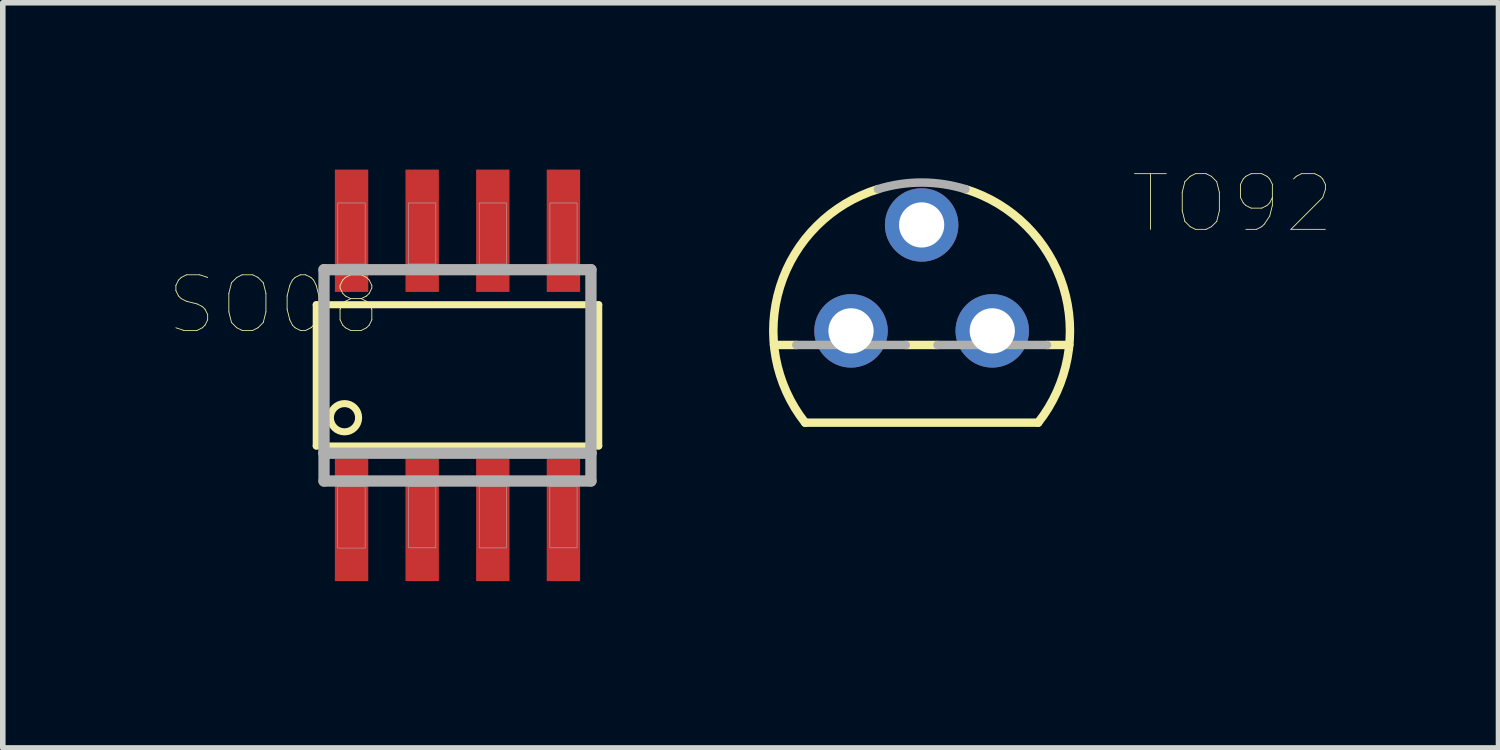
<source format=kicad_pcb>
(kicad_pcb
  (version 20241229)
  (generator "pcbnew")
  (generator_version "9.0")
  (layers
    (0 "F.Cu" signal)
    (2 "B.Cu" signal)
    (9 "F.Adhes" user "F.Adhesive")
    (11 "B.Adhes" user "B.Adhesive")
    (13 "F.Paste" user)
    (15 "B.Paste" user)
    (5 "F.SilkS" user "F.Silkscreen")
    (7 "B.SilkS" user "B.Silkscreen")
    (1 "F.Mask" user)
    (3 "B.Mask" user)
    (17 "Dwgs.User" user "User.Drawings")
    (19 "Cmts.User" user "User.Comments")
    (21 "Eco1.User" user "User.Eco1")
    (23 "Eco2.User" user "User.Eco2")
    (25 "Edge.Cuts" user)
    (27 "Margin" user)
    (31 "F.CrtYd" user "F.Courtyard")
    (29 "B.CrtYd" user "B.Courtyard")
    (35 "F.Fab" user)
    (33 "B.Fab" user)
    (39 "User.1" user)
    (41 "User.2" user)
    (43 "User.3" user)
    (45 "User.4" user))
  (footprint "TO92"
    (layer "F.Cu")
    (at 13.524 2.9)
    (property "Reference" "TO92" (at 5.592 -2.288 0) (layer "F.SilkS") (effects (font (size 1.001 1.001) (thickness 0.015))))
    (attr through_hole)
    (fp_line (start -2.655 0.254) (end -2.254 0.254) (stroke (width 0.152) (type solid)) (layer "F.SilkS"))
    (fp_line (start -2.095 1.651) (end 2.095 1.651) (stroke (width 0.152) (type solid)) (layer "F.SilkS"))
    (fp_line (start -0.286 0.254) (end 0.286 0.254) (stroke (width 0.152) (type solid)) (layer "F.SilkS"))
    (fp_line (start 2.254 0.254) (end 2.655 0.254) (stroke (width 0.152) (type solid)) (layer "F.SilkS"))
    (fp_arc (start -2.095001 1.650999) (mid -2.546802 -0.79317) (end -0.7869 -2.5484) (stroke (width 0.1524) (type solid)) (layer "F.SilkS"))
    (fp_arc (start 0.786901 -2.5484) (mid 2.546803 -0.793169) (end 2.095 1.651) (stroke (width 0.1524) (type solid)) (layer "F.SilkS"))
    (fp_line (start -2.254 0.254) (end -0.286 0.254) (stroke (width 0.152) (type solid)) (layer "F.Fab"))
    (fp_line (start 0.286 0.254) (end 2.254 0.254) (stroke (width 0.152) (type solid)) (layer "F.Fab"))
    (fp_arc (start -0.7864 -2.5484) (mid 0 -2.666977) (end 0.7864 -2.5484) (stroke (width 0.1524) (type solid)) (layer "F.Fab"))
    (pad "1" thru_hole circle (at -1.27 0) (size 1.321 1.321) (drill 0.813) (layers "*.Cu" "*.Mask"))
    (pad "2" thru_hole circle (at 0 -1.905) (size 1.321 1.321) (drill 0.813) (layers "*.Cu" "*.Mask"))
    (pad "3" thru_hole circle (at 1.27 0) (size 1.321 1.321) (drill 0.813) (layers "*.Cu" "*.Mask")))
  (footprint "SO08"
    (layer "F.Cu")
    (at 5.177 3.7)
    (property "Reference" "SO08" (at -3.302 -1.27 180) (layer "F.SilkS") (effects (font (size 1 1) (thickness 0.015))))
    (attr through_hole)
    (fp_line (start -2.54 -1.27) (end 2.54 -1.27) (stroke (width 0.127) (type solid)) (layer "F.SilkS"))
    (fp_line (start -2.54 1.27) (end -2.54 -1.27) (stroke (width 0.127) (type solid)) (layer "F.SilkS"))
    (fp_line (start 2.54 -1.27) (end 2.54 1.27) (stroke (width 0.127) (type solid)) (layer "F.SilkS"))
    (fp_line (start 2.54 1.27) (end -2.54 1.27) (stroke (width 0.127) (type solid)) (layer "F.SilkS"))
    (fp_circle (center -2.032 0.762) (end -1.778 0.762) (stroke (width 0.127) (type solid)) (fill no) (layer "F.SilkS"))
    (fp_line (start -2.4 -1.9) (end 2.4 -1.9) (stroke (width 0.203) (type solid)) (layer "F.Fab"))
    (fp_line (start -2.4 1.4) (end -2.4 -1.9) (stroke (width 0.203) (type solid)) (layer "F.Fab"))
    (fp_line (start -2.4 1.9) (end -2.4 1.4) (stroke (width 0.203) (type solid)) (layer "F.Fab"))
    (fp_line (start 2.4 -1.9) (end 2.4 1.4) (stroke (width 0.203) (type solid)) (layer "F.Fab"))
    (fp_line (start 2.4 1.4) (end -2.4 1.4) (stroke (width 0.203) (type solid)) (layer "F.Fab"))
    (fp_line (start 2.4 1.4) (end 2.4 1.9) (stroke (width 0.203) (type solid)) (layer "F.Fab"))
    (fp_line (start 2.4 1.9) (end -2.4 1.9) (stroke (width 0.203) (type solid)) (layer "F.Fab"))
    (fp_poly (pts (xy -2.154 2) (xy -1.66 2) (xy -1.66 3.106) (xy -2.154 3.106)) (stroke (width 0.01) (type solid)) (fill no) (layer "F.Fab"))
    (fp_poly (pts (xy -2.152 -3.1) (xy -1.66 -3.1) (xy -1.66 -2.001) (xy -2.152 -2.001)) (stroke (width 0.01) (type solid)) (fill no) (layer "F.Fab"))
    (fp_poly (pts (xy -0.882 -3.1) (xy -0.39 -3.1) (xy -0.39 -2.004) (xy -0.882 -2.004)) (stroke (width 0.01) (type solid)) (fill no) (layer "F.Fab"))
    (fp_poly (pts (xy -0.88 2) (xy -0.39 2) (xy -0.39 3.102) (xy -0.88 3.102)) (stroke (width 0.01) (type solid)) (fill no) (layer "F.Fab"))
    (fp_poly (pts (xy 0.39 -3.1) (xy 0.88 -3.1) (xy 0.88 -2.001) (xy 0.39 -2.001)) (stroke (width 0.01) (type solid)) (fill no) (layer "F.Fab"))
    (fp_poly (pts (xy 0.39 2) (xy 0.88 2) (xy 0.88 3.103) (xy 0.39 3.103)) (stroke (width 0.01) (type solid)) (fill no) (layer "F.Fab"))
    (fp_poly (pts (xy 1.661 2) (xy 2.15 2) (xy 2.15 3.102) (xy 1.661 3.102)) (stroke (width 0.01) (type solid)) (fill no) (layer "F.Fab"))
    (fp_poly (pts (xy 1.662 -3.1) (xy 2.15 -3.1) (xy 2.15 -2.002) (xy 1.662 -2.002)) (stroke (width 0.01) (type solid)) (fill no) (layer "F.Fab"))
    (pad "1" smd rect (at -1.905 2.6) (size 0.6 2.2) (layers "F.Cu" "F.Mask" "F.Paste"))
    (pad "2" smd rect (at -0.635 2.6) (size 0.6 2.2) (layers "F.Cu" "F.Mask" "F.Paste"))
    (pad "3" smd rect (at 0.635 2.6) (size 0.6 2.2) (layers "F.Cu" "F.Mask" "F.Paste"))
    (pad "4" smd rect (at 1.905 2.6) (size 0.6 2.2) (layers "F.Cu" "F.Mask" "F.Paste"))
    (pad "5" smd rect (at 1.905 -2.6) (size 0.6 2.2) (layers "F.Cu" "F.Mask" "F.Paste"))
    (pad "6" smd rect (at 0.635 -2.6) (size 0.6 2.2) (layers "F.Cu" "F.Mask" "F.Paste"))
    (pad "7" smd rect (at -0.635 -2.6) (size 0.6 2.2) (layers "F.Cu" "F.Mask" "F.Paste"))
    (pad "8" smd rect (at -1.905 -2.6) (size 0.6 2.2) (layers "F.Cu" "F.Mask" "F.Paste")))
  (gr_rect
    (start -3 -3)
    (end 23.898 10.4)
    (stroke (width 0.1) (type default))
    (fill no)
    (layer "Edge.Cuts")))
</source>
